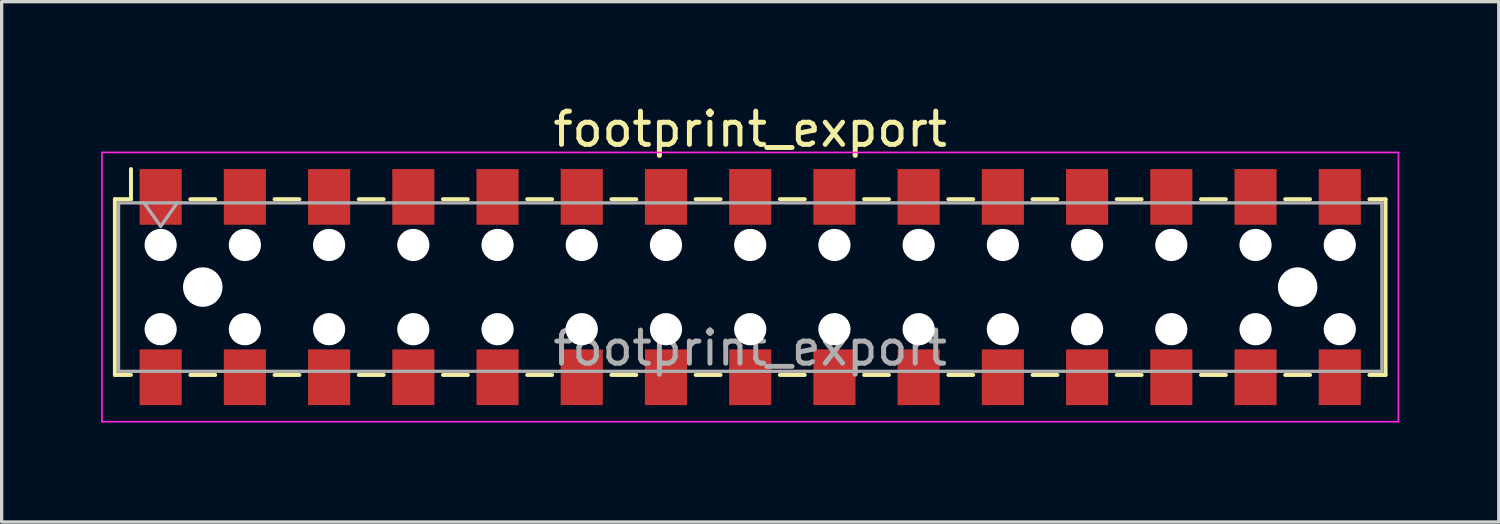
<source format=kicad_pcb>
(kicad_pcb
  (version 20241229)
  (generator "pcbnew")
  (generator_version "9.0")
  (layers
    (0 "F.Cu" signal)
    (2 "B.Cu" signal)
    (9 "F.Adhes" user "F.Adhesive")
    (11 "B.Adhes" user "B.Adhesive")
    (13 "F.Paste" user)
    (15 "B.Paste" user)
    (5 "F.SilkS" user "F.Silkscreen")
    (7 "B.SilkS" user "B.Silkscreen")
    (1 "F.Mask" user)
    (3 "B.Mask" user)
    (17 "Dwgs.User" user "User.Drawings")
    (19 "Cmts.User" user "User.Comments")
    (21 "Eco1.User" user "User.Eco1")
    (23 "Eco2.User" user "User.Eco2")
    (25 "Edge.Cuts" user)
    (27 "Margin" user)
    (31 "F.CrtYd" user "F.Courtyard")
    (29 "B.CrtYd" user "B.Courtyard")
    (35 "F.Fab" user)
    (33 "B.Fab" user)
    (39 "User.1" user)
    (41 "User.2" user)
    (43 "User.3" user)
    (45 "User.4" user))
  (footprint "footprint_export"
    (layer "F.Cu")
    (at 19.575 5.608)
    (property "Reference" "footprint_export" (at 0 -4.76 0) (layer "F.SilkS") (effects (font (size 1 1) (thickness 0.15))))
    (attr smd)
    (fp_line (start -19.16 -2.65) (end -19.16 2.65) (stroke (width 0.12) (type solid)) (layer "F.SilkS"))
    (fp_line (start -19.16 2.65) (end -18.675 2.65) (stroke (width 0.12) (type solid)) (layer "F.SilkS"))
    (fp_line (start -18.675 -3.56) (end -18.675 -2.65) (stroke (width 0.12) (type solid)) (layer "F.SilkS"))
    (fp_line (start -18.675 -2.65) (end -19.16 -2.65) (stroke (width 0.12) (type solid)) (layer "F.SilkS"))
    (fp_line (start -16.885 -2.65) (end -16.135 -2.65) (stroke (width 0.12) (type solid)) (layer "F.SilkS"))
    (fp_line (start -16.885 2.65) (end -16.135 2.65) (stroke (width 0.12) (type solid)) (layer "F.SilkS"))
    (fp_line (start -14.345 -2.65) (end -13.595 -2.65) (stroke (width 0.12) (type solid)) (layer "F.SilkS"))
    (fp_line (start -14.345 2.65) (end -13.595 2.65) (stroke (width 0.12) (type solid)) (layer "F.SilkS"))
    (fp_line (start -11.805 -2.65) (end -11.055 -2.65) (stroke (width 0.12) (type solid)) (layer "F.SilkS"))
    (fp_line (start -11.805 2.65) (end -11.055 2.65) (stroke (width 0.12) (type solid)) (layer "F.SilkS"))
    (fp_line (start -9.265 -2.65) (end -8.515 -2.65) (stroke (width 0.12) (type solid)) (layer "F.SilkS"))
    (fp_line (start -9.265 2.65) (end -8.515 2.65) (stroke (width 0.12) (type solid)) (layer "F.SilkS"))
    (fp_line (start -6.725 -2.65) (end -5.975 -2.65) (stroke (width 0.12) (type solid)) (layer "F.SilkS"))
    (fp_line (start -6.725 2.65) (end -5.975 2.65) (stroke (width 0.12) (type solid)) (layer "F.SilkS"))
    (fp_line (start -4.185 -2.65) (end -3.435 -2.65) (stroke (width 0.12) (type solid)) (layer "F.SilkS"))
    (fp_line (start -4.185 2.65) (end -3.435 2.65) (stroke (width 0.12) (type solid)) (layer "F.SilkS"))
    (fp_line (start -1.645 -2.65) (end -0.895 -2.65) (stroke (width 0.12) (type solid)) (layer "F.SilkS"))
    (fp_line (start -1.645 2.65) (end -0.895 2.65) (stroke (width 0.12) (type solid)) (layer "F.SilkS"))
    (fp_line (start 0.895 -2.65) (end 1.645 -2.65) (stroke (width 0.12) (type solid)) (layer "F.SilkS"))
    (fp_line (start 0.895 2.65) (end 1.645 2.65) (stroke (width 0.12) (type solid)) (layer "F.SilkS"))
    (fp_line (start 3.435 -2.65) (end 4.185 -2.65) (stroke (width 0.12) (type solid)) (layer "F.SilkS"))
    (fp_line (start 3.435 2.65) (end 4.185 2.65) (stroke (width 0.12) (type solid)) (layer "F.SilkS"))
    (fp_line (start 5.975 -2.65) (end 6.725 -2.65) (stroke (width 0.12) (type solid)) (layer "F.SilkS"))
    (fp_line (start 5.975 2.65) (end 6.725 2.65) (stroke (width 0.12) (type solid)) (layer "F.SilkS"))
    (fp_line (start 8.515 -2.65) (end 9.265 -2.65) (stroke (width 0.12) (type solid)) (layer "F.SilkS"))
    (fp_line (start 8.515 2.65) (end 9.265 2.65) (stroke (width 0.12) (type solid)) (layer "F.SilkS"))
    (fp_line (start 11.055 -2.65) (end 11.805 -2.65) (stroke (width 0.12) (type solid)) (layer "F.SilkS"))
    (fp_line (start 11.055 2.65) (end 11.805 2.65) (stroke (width 0.12) (type solid)) (layer "F.SilkS"))
    (fp_line (start 13.595 -2.65) (end 14.345 -2.65) (stroke (width 0.12) (type solid)) (layer "F.SilkS"))
    (fp_line (start 13.595 2.65) (end 14.345 2.65) (stroke (width 0.12) (type solid)) (layer "F.SilkS"))
    (fp_line (start 16.135 -2.65) (end 16.885 -2.65) (stroke (width 0.12) (type solid)) (layer "F.SilkS"))
    (fp_line (start 16.135 2.65) (end 16.885 2.65) (stroke (width 0.12) (type solid)) (layer "F.SilkS"))
    (fp_line (start 18.675 -2.65) (end 19.16 -2.65) (stroke (width 0.12) (type solid)) (layer "F.SilkS"))
    (fp_line (start 19.16 -2.65) (end 19.16 2.65) (stroke (width 0.12) (type solid)) (layer "F.SilkS"))
    (fp_line (start 19.16 2.65) (end 18.675 2.65) (stroke (width 0.12) (type solid)) (layer "F.SilkS"))
    (fp_line (start -19.55 -4.06) (end 19.55 -4.06) (stroke (width 0.05) (type solid)) (layer "F.CrtYd"))
    (fp_line (start -19.55 4.06) (end -19.55 -4.06) (stroke (width 0.05) (type solid)) (layer "F.CrtYd"))
    (fp_line (start 19.55 -4.06) (end 19.55 4.06) (stroke (width 0.05) (type solid)) (layer "F.CrtYd"))
    (fp_line (start 19.55 4.06) (end -19.55 4.06) (stroke (width 0.05) (type solid)) (layer "F.CrtYd"))
    (fp_line (start -19.05 -2.54) (end 19.05 -2.54) (stroke (width 0.1) (type solid)) (layer "F.Fab"))
    (fp_line (start -19.05 2.54) (end -19.05 -2.54) (stroke (width 0.1) (type solid)) (layer "F.Fab"))
    (fp_line (start -18.28 -2.54) (end -17.78 -1.833) (stroke (width 0.1) (type solid)) (layer "F.Fab"))
    (fp_line (start -17.78 -1.833) (end -17.28 -2.54) (stroke (width 0.1) (type solid)) (layer "F.Fab"))
    (fp_line (start 19.05 -2.54) (end 19.05 2.54) (stroke (width 0.1) (type solid)) (layer "F.Fab"))
    (fp_line (start 19.05 2.54) (end -19.05 2.54) (stroke (width 0.1) (type solid)) (layer "F.Fab"))
    (fp_text user "${REFERENCE}" (at 0 1.84 0) (layer "F.Fab") (effects (font (size 1 1) (thickness 0.15))))
    (pad "" np_thru_hole circle (at -17.78 -1.27) (size 0.97 0.97) (drill 0.97) (layers "*.Cu" "*.Mask"))
    (pad "" np_thru_hole circle (at -17.78 1.27) (size 0.97 0.97) (drill 0.97) (layers "*.Cu" "*.Mask"))
    (pad "" np_thru_hole circle (at -16.51 0) (size 1.19 1.19) (drill 1.19) (layers "*.Cu" "*.Mask"))
    (pad "" np_thru_hole circle (at -15.24 -1.27) (size 0.97 0.97) (drill 0.97) (layers "*.Cu" "*.Mask"))
    (pad "" np_thru_hole circle (at -15.24 1.27) (size 0.97 0.97) (drill 0.97) (layers "*.Cu" "*.Mask"))
    (pad "" np_thru_hole circle (at -12.7 -1.27) (size 0.97 0.97) (drill 0.97) (layers "*.Cu" "*.Mask"))
    (pad "" np_thru_hole circle (at -12.7 1.27) (size 0.97 0.97) (drill 0.97) (layers "*.Cu" "*.Mask"))
    (pad "" np_thru_hole circle (at -10.16 -1.27) (size 0.97 0.97) (drill 0.97) (layers "*.Cu" "*.Mask"))
    (pad "" np_thru_hole circle (at -10.16 1.27) (size 0.97 0.97) (drill 0.97) (layers "*.Cu" "*.Mask"))
    (pad "" np_thru_hole circle (at -7.62 -1.27) (size 0.97 0.97) (drill 0.97) (layers "*.Cu" "*.Mask"))
    (pad "" np_thru_hole circle (at -7.62 1.27) (size 0.97 0.97) (drill 0.97) (layers "*.Cu" "*.Mask"))
    (pad "" np_thru_hole circle (at -5.08 -1.27) (size 0.97 0.97) (drill 0.97) (layers "*.Cu" "*.Mask"))
    (pad "" np_thru_hole circle (at -5.08 1.27) (size 0.97 0.97) (drill 0.97) (layers "*.Cu" "*.Mask"))
    (pad "" np_thru_hole circle (at -2.54 -1.27) (size 0.97 0.97) (drill 0.97) (layers "*.Cu" "*.Mask"))
    (pad "" np_thru_hole circle (at -2.54 1.27) (size 0.97 0.97) (drill 0.97) (layers "*.Cu" "*.Mask"))
    (pad "" np_thru_hole circle (at 0 -1.27) (size 0.97 0.97) (drill 0.97) (layers "*.Cu" "*.Mask"))
    (pad "" np_thru_hole circle (at 0 1.27) (size 0.97 0.97) (drill 0.97) (layers "*.Cu" "*.Mask"))
    (pad "" np_thru_hole circle (at 2.54 -1.27) (size 0.97 0.97) (drill 0.97) (layers "*.Cu" "*.Mask"))
    (pad "" np_thru_hole circle (at 2.54 1.27) (size 0.97 0.97) (drill 0.97) (layers "*.Cu" "*.Mask"))
    (pad "" np_thru_hole circle (at 5.08 -1.27) (size 0.97 0.97) (drill 0.97) (layers "*.Cu" "*.Mask"))
    (pad "" np_thru_hole circle (at 5.08 1.27) (size 0.97 0.97) (drill 0.97) (layers "*.Cu" "*.Mask"))
    (pad "" np_thru_hole circle (at 7.62 -1.27) (size 0.97 0.97) (drill 0.97) (layers "*.Cu" "*.Mask"))
    (pad "" np_thru_hole circle (at 7.62 1.27) (size 0.97 0.97) (drill 0.97) (layers "*.Cu" "*.Mask"))
    (pad "" np_thru_hole circle (at 10.16 -1.27) (size 0.97 0.97) (drill 0.97) (layers "*.Cu" "*.Mask"))
    (pad "" np_thru_hole circle (at 10.16 1.27) (size 0.97 0.97) (drill 0.97) (layers "*.Cu" "*.Mask"))
    (pad "" np_thru_hole circle (at 12.7 -1.27) (size 0.97 0.97) (drill 0.97) (layers "*.Cu" "*.Mask"))
    (pad "" np_thru_hole circle (at 12.7 1.27) (size 0.97 0.97) (drill 0.97) (layers "*.Cu" "*.Mask"))
    (pad "" np_thru_hole circle (at 15.24 -1.27) (size 0.97 0.97) (drill 0.97) (layers "*.Cu" "*.Mask"))
    (pad "" np_thru_hole circle (at 15.24 1.27) (size 0.97 0.97) (drill 0.97) (layers "*.Cu" "*.Mask"))
    (pad "" np_thru_hole circle (at 16.51 0) (size 1.19 1.19) (drill 1.19) (layers "*.Cu" "*.Mask"))
    (pad "" np_thru_hole circle (at 17.78 -1.27) (size 0.97 0.97) (drill 0.97) (layers "*.Cu" "*.Mask"))
    (pad "" np_thru_hole circle (at 17.78 1.27) (size 0.97 0.97) (drill 0.97) (layers "*.Cu" "*.Mask"))
    (pad "1" smd rect (at -17.78 -2.72) (size 1.27 1.68) (layers "F.Cu" "F.Mask" "F.Paste"))
    (pad "2" smd rect (at -17.78 2.72) (size 1.27 1.68) (layers "F.Cu" "F.Mask" "F.Paste"))
    (pad "3" smd rect (at -15.24 -2.72) (size 1.27 1.68) (layers "F.Cu" "F.Mask" "F.Paste"))
    (pad "4" smd rect (at -15.24 2.72) (size 1.27 1.68) (layers "F.Cu" "F.Mask" "F.Paste"))
    (pad "5" smd rect (at -12.7 -2.72) (size 1.27 1.68) (layers "F.Cu" "F.Mask" "F.Paste"))
    (pad "6" smd rect (at -12.7 2.72) (size 1.27 1.68) (layers "F.Cu" "F.Mask" "F.Paste"))
    (pad "7" smd rect (at -10.16 -2.72) (size 1.27 1.68) (layers "F.Cu" "F.Mask" "F.Paste"))
    (pad "8" smd rect (at -10.16 2.72) (size 1.27 1.68) (layers "F.Cu" "F.Mask" "F.Paste"))
    (pad "9" smd rect (at -7.62 -2.72) (size 1.27 1.68) (layers "F.Cu" "F.Mask" "F.Paste"))
    (pad "10" smd rect (at -7.62 2.72) (size 1.27 1.68) (layers "F.Cu" "F.Mask" "F.Paste"))
    (pad "11" smd rect (at -5.08 -2.72) (size 1.27 1.68) (layers "F.Cu" "F.Mask" "F.Paste"))
    (pad "12" smd rect (at -5.08 2.72) (size 1.27 1.68) (layers "F.Cu" "F.Mask" "F.Paste"))
    (pad "13" smd rect (at -2.54 -2.72) (size 1.27 1.68) (layers "F.Cu" "F.Mask" "F.Paste"))
    (pad "14" smd rect (at -2.54 2.72) (size 1.27 1.68) (layers "F.Cu" "F.Mask" "F.Paste"))
    (pad "15" smd rect (at 0 -2.72) (size 1.27 1.68) (layers "F.Cu" "F.Mask" "F.Paste"))
    (pad "16" smd rect (at 0 2.72) (size 1.27 1.68) (layers "F.Cu" "F.Mask" "F.Paste"))
    (pad "17" smd rect (at 2.54 -2.72) (size 1.27 1.68) (layers "F.Cu" "F.Mask" "F.Paste"))
    (pad "18" smd rect (at 2.54 2.72) (size 1.27 1.68) (layers "F.Cu" "F.Mask" "F.Paste"))
    (pad "19" smd rect (at 5.08 -2.72) (size 1.27 1.68) (layers "F.Cu" "F.Mask" "F.Paste"))
    (pad "20" smd rect (at 5.08 2.72) (size 1.27 1.68) (layers "F.Cu" "F.Mask" "F.Paste"))
    (pad "21" smd rect (at 7.62 -2.72) (size 1.27 1.68) (layers "F.Cu" "F.Mask" "F.Paste"))
    (pad "22" smd rect (at 7.62 2.72) (size 1.27 1.68) (layers "F.Cu" "F.Mask" "F.Paste"))
    (pad "23" smd rect (at 10.16 -2.72) (size 1.27 1.68) (layers "F.Cu" "F.Mask" "F.Paste"))
    (pad "24" smd rect (at 10.16 2.72) (size 1.27 1.68) (layers "F.Cu" "F.Mask" "F.Paste"))
    (pad "25" smd rect (at 12.7 -2.72) (size 1.27 1.68) (layers "F.Cu" "F.Mask" "F.Paste"))
    (pad "26" smd rect (at 12.7 2.72) (size 1.27 1.68) (layers "F.Cu" "F.Mask" "F.Paste"))
    (pad "27" smd rect (at 15.24 -2.72) (size 1.27 1.68) (layers "F.Cu" "F.Mask" "F.Paste"))
    (pad "28" smd rect (at 15.24 2.72) (size 1.27 1.68) (layers "F.Cu" "F.Mask" "F.Paste"))
    (pad "29" smd rect (at 17.78 -2.72) (size 1.27 1.68) (layers "F.Cu" "F.Mask" "F.Paste"))
    (pad "30" smd rect (at 17.78 2.72) (size 1.27 1.68) (layers "F.Cu" "F.Mask" "F.Paste")))
  (gr_rect
    (start -3 -3)
    (end 42.15 12.693)
    (stroke (width 0.1) (type default))
    (fill no)
    (layer "Edge.Cuts")))
</source>
